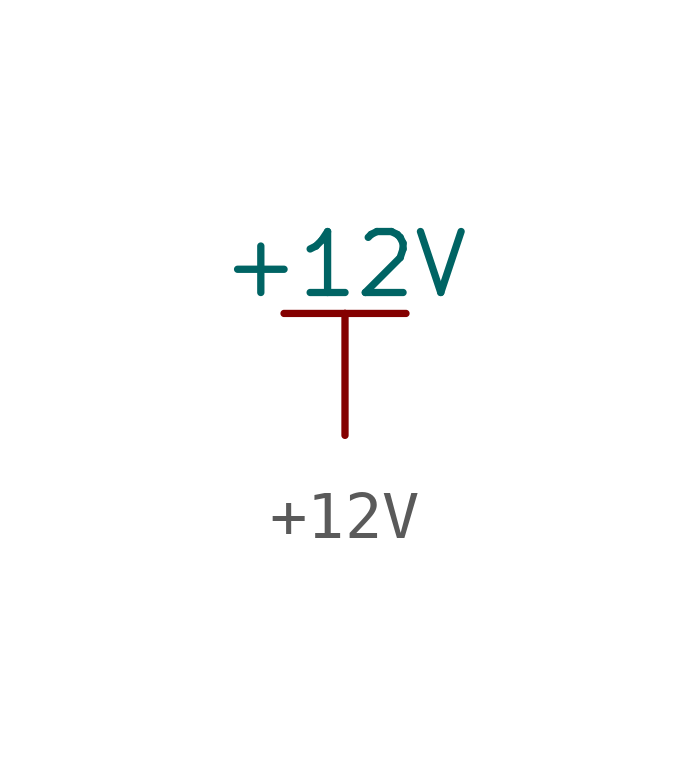
<source format=kicad_sym>
(kicad_symbol_lib
  (version 20211014)
  (generator kicad_symbol_editor)
  (symbol "+12V"
    (power)
    (pin_names
      (offset 0))
    (property "Reference" "#PWR"
      (at 0 -3.81 0)
      (effects (font (size 1.27 1.27)) hide))
    (property "Value" "+12V"
      (at 0 3.556 0)
      (effects (font (size 1.27 1.27))))
    (property "Footprint" ""
      (at 0 0 0)
      (effects (font (size 1.27 1.27))))
    (property "Datasheet" ""
      (at 0 0 0)
      (effects (font (size 1.27 1.27))))
    (symbol "+12V_0_1"
      (polyline (pts (xy -1.27 2.54) (xy 0 2.54)) (stroke (width 0) (type default) (color 0 0 0 0)) (fill (type none)))
      (polyline (pts (xy 0 0) (xy 0 2.54)) (stroke (width 0) (type default) (color 0 0 0 0)) (fill (type none)))
      (polyline (pts (xy 0 2.54) (xy 1.27 2.54)) (stroke (width 0) (type default) (color 0 0 0 0)) (fill (type none))))
    (symbol "+12V_1_1"
      (pin power_in line (at 0 0 90) (length 0) hide (name "+12V" (effects (font (size 1.27 1.27)))) (number "1" (effects (font (size 1.27 1.27))))))))
</source>
